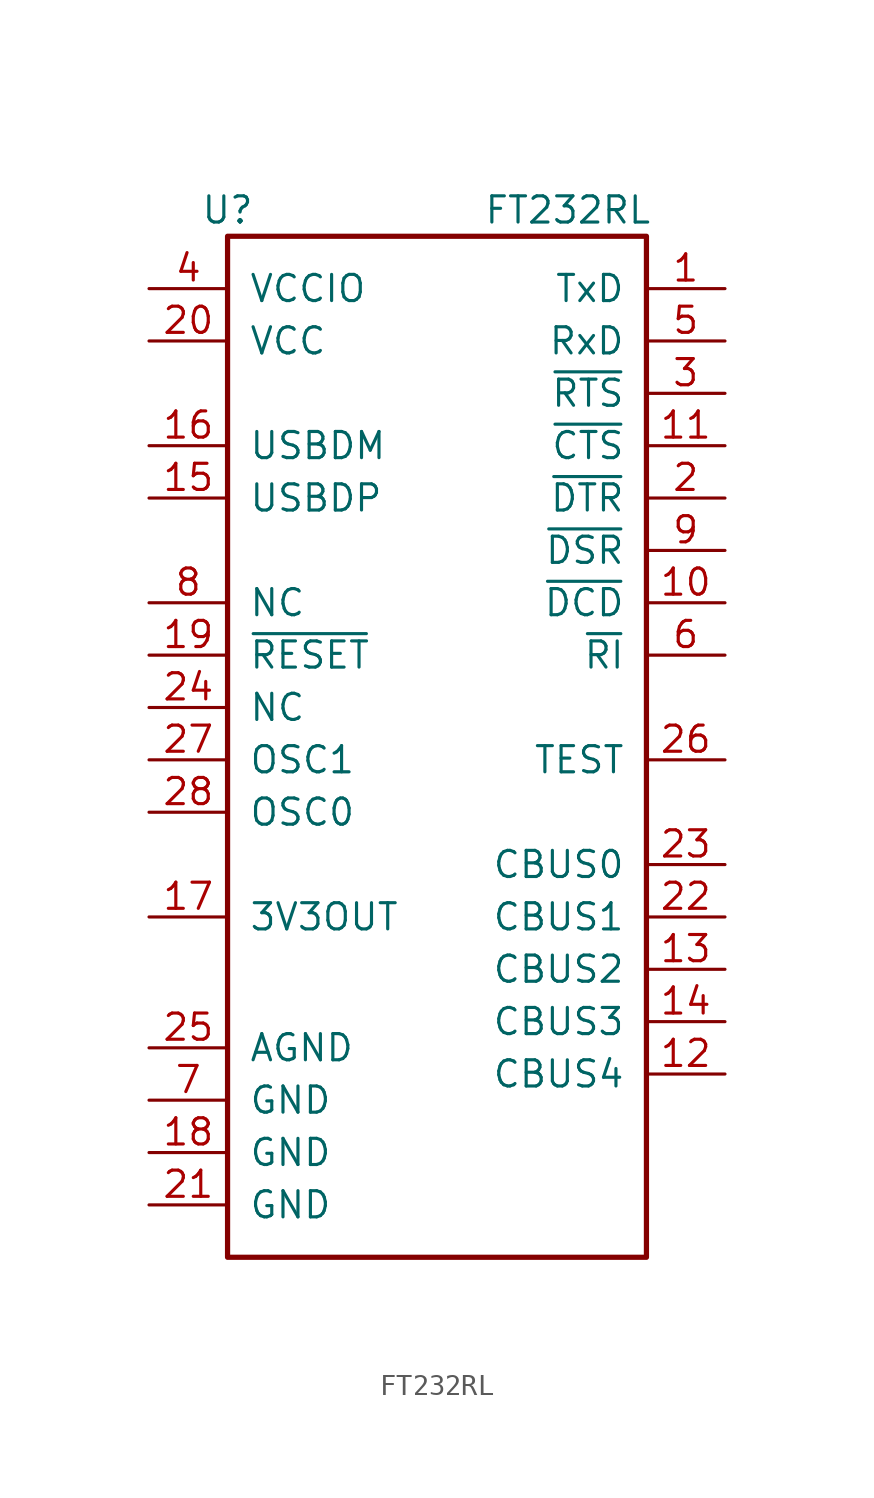
<source format=kicad_sym>
(kicad_symbol_lib
  (version 20211014)
  (generator kicad_symbol_editor)
  (symbol "FT232RL"
    (pin_names
      (offset 1.016))
    (property "Reference" "U"
      (at -10.16 25.4 0)
      (effects (font (size 1.27 1.27))))
    (property "Value" "FT232RL"
      (at 6.35 25.4 0)
      (effects (font (size 1.27 1.27))))
    (symbol "FT232RL_0_1"
      (rectangle (start -10.16 24.13) (end 10.16 -25.4) (stroke (width 0.254) (type default) (color 0 0 0 0)) (fill (type none))))
    (symbol "FT232RL_1_1"
      (pin output line (at 13.97 21.59 180) (length 3.81) (name "TxD" (effects (font (size 1.27 1.27)))) (number "1" (effects (font (size 1.27 1.27)))))
      (pin input line (at 13.97 6.35 180) (length 3.81) (name "~{DCD}" (effects (font (size 1.27 1.27)))) (number "10" (effects (font (size 1.27 1.27)))))
      (pin input line (at 13.97 13.97 180) (length 3.81) (name "~{CTS}" (effects (font (size 1.27 1.27)))) (number "11" (effects (font (size 1.27 1.27)))))
      (pin bidirectional line (at 13.97 -16.51 180) (length 3.81) (name "CBUS4" (effects (font (size 1.27 1.27)))) (number "12" (effects (font (size 1.27 1.27)))))
      (pin bidirectional line (at 13.97 -11.43 180) (length 3.81) (name "CBUS2" (effects (font (size 1.27 1.27)))) (number "13" (effects (font (size 1.27 1.27)))))
      (pin bidirectional line (at 13.97 -13.97 180) (length 3.81) (name "CBUS3" (effects (font (size 1.27 1.27)))) (number "14" (effects (font (size 1.27 1.27)))))
      (pin bidirectional line (at -13.97 11.43 0) (length 3.81) (name "USBDP" (effects (font (size 1.27 1.27)))) (number "15" (effects (font (size 1.27 1.27)))))
      (pin bidirectional line (at -13.97 13.97 0) (length 3.81) (name "USBDM" (effects (font (size 1.27 1.27)))) (number "16" (effects (font (size 1.27 1.27)))))
      (pin power_out line (at -13.97 -8.89 0) (length 3.81) (name "3V3OUT" (effects (font (size 1.27 1.27)))) (number "17" (effects (font (size 1.27 1.27)))))
      (pin passive line (at -13.97 -20.32 0) (length 3.81) (name "GND" (effects (font (size 1.27 1.27)))) (number "18" (effects (font (size 1.27 1.27)))))
      (pin passive line (at -13.97 3.81 0) (length 3.81) (name "~{RESET}" (effects (font (size 1.27 1.27)))) (number "19" (effects (font (size 1.27 1.27)))))
      (pin output line (at 13.97 11.43 180) (length 3.81) (name "~{DTR}" (effects (font (size 1.27 1.27)))) (number "2" (effects (font (size 1.27 1.27)))))
      (pin power_in line (at -13.97 19.05 0) (length 3.81) (name "VCC" (effects (font (size 1.27 1.27)))) (number "20" (effects (font (size 1.27 1.27)))))
      (pin passive line (at -13.97 -22.86 0) (length 3.81) (name "GND" (effects (font (size 1.27 1.27)))) (number "21" (effects (font (size 1.27 1.27)))))
      (pin bidirectional line (at 13.97 -8.89 180) (length 3.81) (name "CBUS1" (effects (font (size 1.27 1.27)))) (number "22" (effects (font (size 1.27 1.27)))))
      (pin bidirectional line (at 13.97 -6.35 180) (length 3.81) (name "CBUS0" (effects (font (size 1.27 1.27)))) (number "23" (effects (font (size 1.27 1.27)))))
      (pin passive line (at -13.97 1.27 0) (length 3.81) (name "NC" (effects (font (size 1.27 1.27)))) (number "24" (effects (font (size 1.27 1.27)))))
      (pin passive line (at -13.97 -15.24 0) (length 3.81) (name "AGND" (effects (font (size 1.27 1.27)))) (number "25" (effects (font (size 1.27 1.27)))))
      (pin passive line (at 13.97 -1.27 180) (length 3.81) (name "TEST" (effects (font (size 1.27 1.27)))) (number "26" (effects (font (size 1.27 1.27)))))
      (pin passive line (at -13.97 -1.27 0) (length 3.81) (name "OSC1" (effects (font (size 1.27 1.27)))) (number "27" (effects (font (size 1.27 1.27)))))
      (pin passive line (at -13.97 -3.81 0) (length 3.81) (name "OSC0" (effects (font (size 1.27 1.27)))) (number "28" (effects (font (size 1.27 1.27)))))
      (pin output line (at 13.97 16.51 180) (length 3.81) (name "~{RTS}" (effects (font (size 1.27 1.27)))) (number "3" (effects (font (size 1.27 1.27)))))
      (pin power_in line (at -13.97 21.59 0) (length 3.81) (name "VCCIO" (effects (font (size 1.27 1.27)))) (number "4" (effects (font (size 1.27 1.27)))))
      (pin input line (at 13.97 19.05 180) (length 3.81) (name "RxD" (effects (font (size 1.27 1.27)))) (number "5" (effects (font (size 1.27 1.27)))))
      (pin input line (at 13.97 3.81 180) (length 3.81) (name "~{RI}" (effects (font (size 1.27 1.27)))) (number "6" (effects (font (size 1.27 1.27)))))
      (pin passive line (at -13.97 -17.78 0) (length 3.81) (name "GND" (effects (font (size 1.27 1.27)))) (number "7" (effects (font (size 1.27 1.27)))))
      (pin passive line (at -13.97 6.35 0) (length 3.81) (name "NC" (effects (font (size 1.27 1.27)))) (number "8" (effects (font (size 1.27 1.27)))))
      (pin input line (at 13.97 8.89 180) (length 3.81) (name "~{DSR}" (effects (font (size 1.27 1.27)))) (number "9" (effects (font (size 1.27 1.27))))))))
</source>
